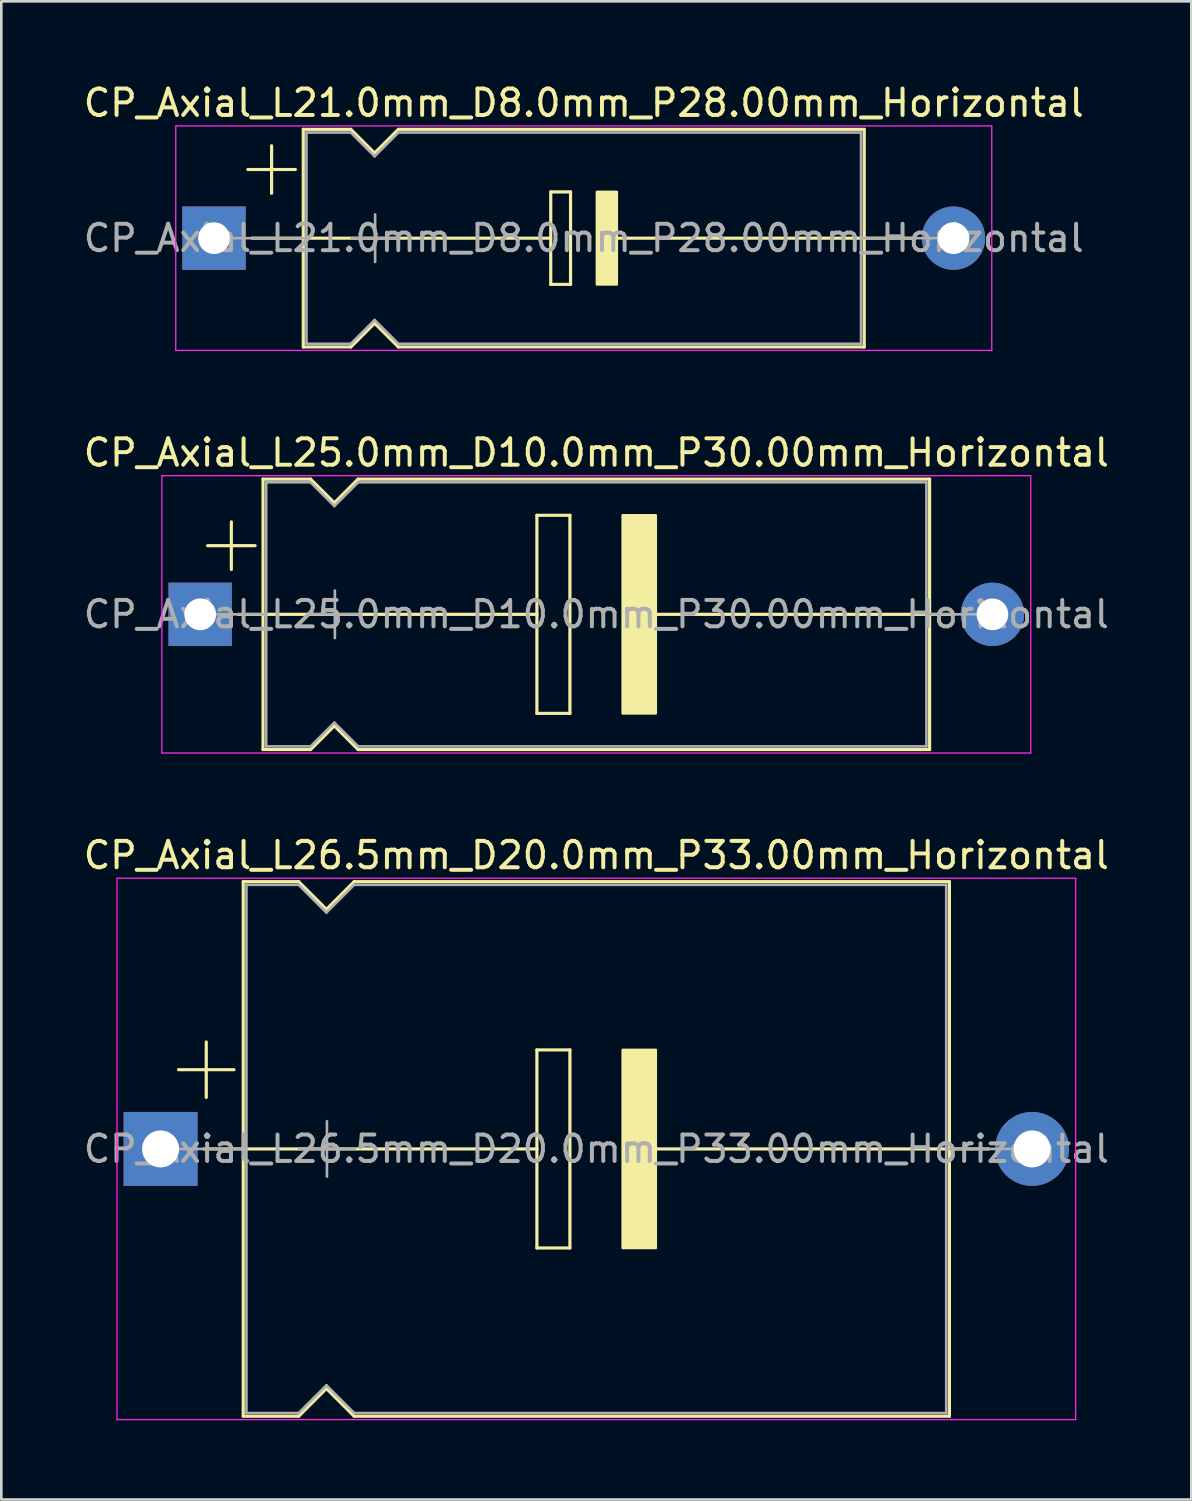
<source format=kicad_pcb>
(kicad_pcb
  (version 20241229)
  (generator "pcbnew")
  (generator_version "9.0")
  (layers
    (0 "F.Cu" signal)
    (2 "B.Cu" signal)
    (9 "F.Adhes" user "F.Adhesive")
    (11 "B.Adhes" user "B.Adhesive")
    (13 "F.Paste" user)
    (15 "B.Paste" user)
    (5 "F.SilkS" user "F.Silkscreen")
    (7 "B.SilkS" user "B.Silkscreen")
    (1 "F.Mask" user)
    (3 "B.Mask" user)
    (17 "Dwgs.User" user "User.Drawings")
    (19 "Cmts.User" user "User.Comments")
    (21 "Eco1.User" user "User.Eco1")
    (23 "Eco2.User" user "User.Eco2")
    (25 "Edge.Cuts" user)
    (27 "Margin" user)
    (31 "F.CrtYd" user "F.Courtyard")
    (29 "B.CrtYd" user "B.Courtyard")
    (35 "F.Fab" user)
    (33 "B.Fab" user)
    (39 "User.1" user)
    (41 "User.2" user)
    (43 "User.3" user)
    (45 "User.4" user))
  (footprint "CP_Axial_L21.0mm_D8.0mm_P28.00mm_Horizontal"
    (layer "F.Cu")
    (at 5.054 5.968)
    (property "Reference" "CP_Axial_L21.0mm_D8.0mm_P28.00mm_Horizontal" (at 14 -5.12 0) (layer "F.SilkS") (effects (font (size 1 1) (thickness 0.15))))
    (attr through_hole)
    (fp_line (start 1.28 -2.6) (end 3.08 -2.6) (stroke (width 0.12) (type solid)) (layer "F.SilkS"))
    (fp_line (start 1.44 0) (end 3.38 0) (stroke (width 0.12) (type solid)) (layer "F.SilkS"))
    (fp_line (start 2.18 -3.5) (end 2.18 -1.7) (stroke (width 0.12) (type solid)) (layer "F.SilkS"))
    (fp_line (start 3.365 0) (end 12.75 0) (stroke (width 0.12) (type solid)) (layer "F.SilkS"))
    (fp_line (start 3.38 -4.12) (end 3.38 4.12) (stroke (width 0.12) (type solid)) (layer "F.SilkS"))
    (fp_line (start 3.38 -4.12) (end 5.18 -4.12) (stroke (width 0.12) (type solid)) (layer "F.SilkS"))
    (fp_line (start 3.38 4.12) (end 5.18 4.12) (stroke (width 0.12) (type solid)) (layer "F.SilkS"))
    (fp_line (start 5.18 -4.12) (end 6.08 -3.22) (stroke (width 0.12) (type solid)) (layer "F.SilkS"))
    (fp_line (start 5.18 4.12) (end 6.08 3.22) (stroke (width 0.12) (type solid)) (layer "F.SilkS"))
    (fp_line (start 6.08 -3.22) (end 6.98 -4.12) (stroke (width 0.12) (type solid)) (layer "F.SilkS"))
    (fp_line (start 6.08 3.22) (end 6.98 4.12) (stroke (width 0.12) (type solid)) (layer "F.SilkS"))
    (fp_line (start 6.98 -4.12) (end 24.62 -4.12) (stroke (width 0.12) (type solid)) (layer "F.SilkS"))
    (fp_line (start 6.98 4.12) (end 24.62 4.12) (stroke (width 0.12) (type solid)) (layer "F.SilkS"))
    (fp_line (start 12.75 -1.75) (end 12.75 1.75) (stroke (width 0.12) (type solid)) (layer "F.SilkS"))
    (fp_line (start 12.75 -1.75) (end 13.5 -1.75) (stroke (width 0.12) (type solid)) (layer "F.SilkS"))
    (fp_line (start 13.5 -1.75) (end 13.5 1.75) (stroke (width 0.12) (type solid)) (layer "F.SilkS"))
    (fp_line (start 13.5 1.75) (end 12.75 1.75) (stroke (width 0.12) (type solid)) (layer "F.SilkS"))
    (fp_line (start 15.25 0) (end 24.638 0) (stroke (width 0.12) (type solid)) (layer "F.SilkS"))
    (fp_line (start 24.62 -4.12) (end 24.62 4.12) (stroke (width 0.12) (type solid)) (layer "F.SilkS"))
    (fp_line (start 26.56 0) (end 24.62 0) (stroke (width 0.12) (type solid)) (layer "F.SilkS"))
    (fp_poly (pts (xy 15.25 1.75) (xy 14.5 1.75) (xy 14.5 -1.75) (xy 15.25 -1.75)) (stroke (width 0.1) (type solid)) (fill yes) (layer "F.SilkS"))
    (fp_line (start -1.45 -4.25) (end -1.45 4.25) (stroke (width 0.05) (type solid)) (layer "F.CrtYd"))
    (fp_line (start -1.45 4.25) (end 29.45 4.25) (stroke (width 0.05) (type solid)) (layer "F.CrtYd"))
    (fp_line (start 29.45 -4.25) (end -1.45 -4.25) (stroke (width 0.05) (type solid)) (layer "F.CrtYd"))
    (fp_line (start 29.45 4.25) (end 29.45 -4.25) (stroke (width 0.05) (type solid)) (layer "F.CrtYd"))
    (fp_line (start 0 0) (end 3.5 0) (stroke (width 0.1) (type solid)) (layer "F.Fab"))
    (fp_line (start 3.5 -4) (end 3.5 4) (stroke (width 0.1) (type solid)) (layer "F.Fab"))
    (fp_line (start 3.5 -4) (end 5.18 -4) (stroke (width 0.1) (type solid)) (layer "F.Fab"))
    (fp_line (start 3.5 4) (end 5.18 4) (stroke (width 0.1) (type solid)) (layer "F.Fab"))
    (fp_line (start 5.18 -4) (end 6.08 -3.1) (stroke (width 0.1) (type solid)) (layer "F.Fab"))
    (fp_line (start 5.18 4) (end 6.08 3.1) (stroke (width 0.1) (type solid)) (layer "F.Fab"))
    (fp_line (start 5.2 0) (end 7 0) (stroke (width 0.1) (type solid)) (layer "F.Fab"))
    (fp_line (start 6.08 -3.1) (end 6.98 -4) (stroke (width 0.1) (type solid)) (layer "F.Fab"))
    (fp_line (start 6.08 3.1) (end 6.98 4) (stroke (width 0.1) (type solid)) (layer "F.Fab"))
    (fp_line (start 6.1 -0.9) (end 6.1 0.9) (stroke (width 0.1) (type solid)) (layer "F.Fab"))
    (fp_line (start 6.98 -4) (end 24.5 -4) (stroke (width 0.1) (type solid)) (layer "F.Fab"))
    (fp_line (start 6.98 4) (end 24.5 4) (stroke (width 0.1) (type solid)) (layer "F.Fab"))
    (fp_line (start 24.5 -4) (end 24.5 4) (stroke (width 0.1) (type solid)) (layer "F.Fab"))
    (fp_line (start 28 0) (end 24.5 0) (stroke (width 0.1) (type solid)) (layer "F.Fab"))
    (fp_text user "${REFERENCE}" (at 14 0 0) (layer "F.Fab") (effects (font (size 1 1) (thickness 0.15))))
    (pad "1" thru_hole rect (at 0 0) (size 2.4 2.4) (drill 1.2) (layers "*.Cu" "*.Mask"))
    (pad "2" thru_hole oval (at 28 0) (size 2.4 2.4) (drill 1.2) (layers "*.Cu" "*.Mask")))
  (footprint "CP_Axial_L26.5mm_D20.0mm_P33.00mm_Horizontal"
    (layer "F.Cu")
    (at 3.03 40.455)
    (property "Reference" "CP_Axial_L26.5mm_D20.0mm_P33.00mm_Horizontal" (at 16.5 -11.12 0) (layer "F.SilkS") (effects (font (size 1 1) (thickness 0.15))))
    (attr through_hole)
    (fp_line (start 0.68 -3) (end 2.78 -3) (stroke (width 0.12) (type solid)) (layer "F.SilkS"))
    (fp_line (start 1.64 0) (end 3.13 0) (stroke (width 0.12) (type solid)) (layer "F.SilkS"))
    (fp_line (start 1.73 -4.05) (end 1.73 -1.95) (stroke (width 0.12) (type solid)) (layer "F.SilkS"))
    (fp_line (start 3.13 -10.12) (end 3.13 10.12) (stroke (width 0.12) (type solid)) (layer "F.SilkS"))
    (fp_line (start 3.13 -10.12) (end 5.23 -10.12) (stroke (width 0.12) (type solid)) (layer "F.SilkS"))
    (fp_line (start 3.13 0) (end 14.25 0) (stroke (width 0.12) (type solid)) (layer "F.SilkS"))
    (fp_line (start 3.13 10.12) (end 5.23 10.12) (stroke (width 0.12) (type solid)) (layer "F.SilkS"))
    (fp_line (start 5.23 -10.12) (end 6.28 -9.07) (stroke (width 0.12) (type solid)) (layer "F.SilkS"))
    (fp_line (start 5.23 10.12) (end 6.28 9.07) (stroke (width 0.12) (type solid)) (layer "F.SilkS"))
    (fp_line (start 6.28 -9.07) (end 7.33 -10.12) (stroke (width 0.12) (type solid)) (layer "F.SilkS"))
    (fp_line (start 6.28 9.07) (end 7.33 10.12) (stroke (width 0.12) (type solid)) (layer "F.SilkS"))
    (fp_line (start 7.33 -10.12) (end 29.87 -10.12) (stroke (width 0.12) (type solid)) (layer "F.SilkS"))
    (fp_line (start 7.33 10.12) (end 29.87 10.12) (stroke (width 0.12) (type solid)) (layer "F.SilkS"))
    (fp_line (start 14.25 -3.75) (end 15.5 -3.75) (stroke (width 0.12) (type solid)) (layer "F.SilkS"))
    (fp_line (start 14.25 0) (end 14.25 -3.75) (stroke (width 0.12) (type solid)) (layer "F.SilkS"))
    (fp_line (start 14.25 3.75) (end 14.25 0) (stroke (width 0.12) (type solid)) (layer "F.SilkS"))
    (fp_line (start 15.5 -3.75) (end 15.5 3.75) (stroke (width 0.12) (type solid)) (layer "F.SilkS"))
    (fp_line (start 15.5 3.75) (end 14.25 3.75) (stroke (width 0.12) (type solid)) (layer "F.SilkS"))
    (fp_line (start 18.75 0) (end 29.87 0) (stroke (width 0.12) (type solid)) (layer "F.SilkS"))
    (fp_line (start 29.87 -10.12) (end 29.87 10.12) (stroke (width 0.12) (type solid)) (layer "F.SilkS"))
    (fp_line (start 31.36 0) (end 29.87 0) (stroke (width 0.12) (type solid)) (layer "F.SilkS"))
    (fp_poly (pts (xy 18.75 3.75) (xy 17.5 3.75) (xy 17.5 -3.75) (xy 18.75 -3.75)) (stroke (width 0.1) (type solid)) (fill yes) (layer "F.SilkS"))
    (fp_line (start -1.65 -10.25) (end -1.65 10.25) (stroke (width 0.05) (type solid)) (layer "F.CrtYd"))
    (fp_line (start -1.65 10.25) (end 34.65 10.25) (stroke (width 0.05) (type solid)) (layer "F.CrtYd"))
    (fp_line (start 34.65 -10.25) (end -1.65 -10.25) (stroke (width 0.05) (type solid)) (layer "F.CrtYd"))
    (fp_line (start 34.65 10.25) (end 34.65 -10.25) (stroke (width 0.05) (type solid)) (layer "F.CrtYd"))
    (fp_line (start 0 0) (end 3.25 0) (stroke (width 0.1) (type solid)) (layer "F.Fab"))
    (fp_line (start 3.25 -10) (end 3.25 10) (stroke (width 0.1) (type solid)) (layer "F.Fab"))
    (fp_line (start 3.25 -10) (end 5.23 -10) (stroke (width 0.1) (type solid)) (layer "F.Fab"))
    (fp_line (start 3.25 10) (end 5.23 10) (stroke (width 0.1) (type solid)) (layer "F.Fab"))
    (fp_line (start 5.23 -10) (end 6.28 -8.95) (stroke (width 0.1) (type solid)) (layer "F.Fab"))
    (fp_line (start 5.23 10) (end 6.28 8.95) (stroke (width 0.1) (type solid)) (layer "F.Fab"))
    (fp_line (start 5.25 0) (end 7.35 0) (stroke (width 0.1) (type solid)) (layer "F.Fab"))
    (fp_line (start 6.28 -8.95) (end 7.33 -10) (stroke (width 0.1) (type solid)) (layer "F.Fab"))
    (fp_line (start 6.28 8.95) (end 7.33 10) (stroke (width 0.1) (type solid)) (layer "F.Fab"))
    (fp_line (start 6.3 -1.05) (end 6.3 1.05) (stroke (width 0.1) (type solid)) (layer "F.Fab"))
    (fp_line (start 7.33 -10) (end 29.75 -10) (stroke (width 0.1) (type solid)) (layer "F.Fab"))
    (fp_line (start 7.33 10) (end 29.75 10) (stroke (width 0.1) (type solid)) (layer "F.Fab"))
    (fp_line (start 29.75 -10) (end 29.75 10) (stroke (width 0.1) (type solid)) (layer "F.Fab"))
    (fp_line (start 33 0) (end 29.75 0) (stroke (width 0.1) (type solid)) (layer "F.Fab"))
    (fp_text user "${REFERENCE}" (at 16.5 0 0) (layer "F.Fab") (effects (font (size 1 1) (thickness 0.15))))
    (pad "1" thru_hole rect (at 0 0) (size 2.8 2.8) (drill 1.4) (layers "*.Cu" "*.Mask"))
    (pad "2" thru_hole oval (at 33 0) (size 2.8 2.8) (drill 1.4) (layers "*.Cu" "*.Mask")))
  (footprint "CP_Axial_L25.0mm_D10.0mm_P30.00mm_Horizontal"
    (layer "F.Cu")
    (at 4.53 20.212)
    (property "Reference" "CP_Axial_L25.0mm_D10.0mm_P30.00mm_Horizontal" (at 15 -6.12 0) (layer "F.SilkS") (effects (font (size 1 1) (thickness 0.15))))
    (attr through_hole)
    (fp_line (start 0.28 -2.6) (end 2.08 -2.6) (stroke (width 0.12) (type solid)) (layer "F.SilkS"))
    (fp_line (start 1.18 -3.5) (end 1.18 -1.7) (stroke (width 0.12) (type solid)) (layer "F.SilkS"))
    (fp_line (start 1.44 0) (end 2.38 0) (stroke (width 0.12) (type solid)) (layer "F.SilkS"))
    (fp_line (start 2.38 -5.12) (end 2.38 5.12) (stroke (width 0.12) (type solid)) (layer "F.SilkS"))
    (fp_line (start 2.38 -5.12) (end 4.18 -5.12) (stroke (width 0.12) (type solid)) (layer "F.SilkS"))
    (fp_line (start 2.38 0) (end 12.75 0) (stroke (width 0.12) (type solid)) (layer "F.SilkS"))
    (fp_line (start 2.38 5.12) (end 4.18 5.12) (stroke (width 0.12) (type solid)) (layer "F.SilkS"))
    (fp_line (start 4.18 -5.12) (end 5.08 -4.22) (stroke (width 0.12) (type solid)) (layer "F.SilkS"))
    (fp_line (start 4.18 5.12) (end 5.08 4.22) (stroke (width 0.12) (type solid)) (layer "F.SilkS"))
    (fp_line (start 5.08 -4.22) (end 5.98 -5.12) (stroke (width 0.12) (type solid)) (layer "F.SilkS"))
    (fp_line (start 5.08 4.22) (end 5.98 5.12) (stroke (width 0.12) (type solid)) (layer "F.SilkS"))
    (fp_line (start 5.98 -5.12) (end 27.62 -5.12) (stroke (width 0.12) (type solid)) (layer "F.SilkS"))
    (fp_line (start 5.98 5.12) (end 27.62 5.12) (stroke (width 0.12) (type solid)) (layer "F.SilkS"))
    (fp_line (start 12.75 -3.75) (end 14 -3.75) (stroke (width 0.12) (type solid)) (layer "F.SilkS"))
    (fp_line (start 12.75 0) (end 12.75 -3.75) (stroke (width 0.12) (type solid)) (layer "F.SilkS"))
    (fp_line (start 12.75 3.75) (end 12.75 0) (stroke (width 0.12) (type solid)) (layer "F.SilkS"))
    (fp_line (start 14 -3.75) (end 14 3.75) (stroke (width 0.12) (type solid)) (layer "F.SilkS"))
    (fp_line (start 14 3.75) (end 12.75 3.75) (stroke (width 0.12) (type solid)) (layer "F.SilkS"))
    (fp_line (start 17.25 0) (end 27.62 0) (stroke (width 0.12) (type solid)) (layer "F.SilkS"))
    (fp_line (start 27.62 -5.12) (end 27.62 5.12) (stroke (width 0.12) (type solid)) (layer "F.SilkS"))
    (fp_line (start 28.56 0) (end 27.62 0) (stroke (width 0.12) (type solid)) (layer "F.SilkS"))
    (fp_poly (pts (xy 17.25 3.75) (xy 16 3.75) (xy 16 -3.75) (xy 17.25 -3.75)) (stroke (width 0.1) (type solid)) (fill yes) (layer "F.SilkS"))
    (fp_line (start -1.45 -5.25) (end -1.45 5.25) (stroke (width 0.05) (type solid)) (layer "F.CrtYd"))
    (fp_line (start -1.45 5.25) (end 31.45 5.25) (stroke (width 0.05) (type solid)) (layer "F.CrtYd"))
    (fp_line (start 31.45 -5.25) (end -1.45 -5.25) (stroke (width 0.05) (type solid)) (layer "F.CrtYd"))
    (fp_line (start 31.45 5.25) (end 31.45 -5.25) (stroke (width 0.05) (type solid)) (layer "F.CrtYd"))
    (fp_line (start 0 0) (end 2.5 0) (stroke (width 0.1) (type solid)) (layer "F.Fab"))
    (fp_line (start 2.5 -5) (end 2.5 5) (stroke (width 0.1) (type solid)) (layer "F.Fab"))
    (fp_line (start 2.5 -5) (end 4.18 -5) (stroke (width 0.1) (type solid)) (layer "F.Fab"))
    (fp_line (start 2.5 5) (end 4.18 5) (stroke (width 0.1) (type solid)) (layer "F.Fab"))
    (fp_line (start 4.18 -5) (end 5.08 -4.1) (stroke (width 0.1) (type solid)) (layer "F.Fab"))
    (fp_line (start 4.18 5) (end 5.08 4.1) (stroke (width 0.1) (type solid)) (layer "F.Fab"))
    (fp_line (start 4.2 0) (end 6 0) (stroke (width 0.1) (type solid)) (layer "F.Fab"))
    (fp_line (start 5.08 -4.1) (end 5.98 -5) (stroke (width 0.1) (type solid)) (layer "F.Fab"))
    (fp_line (start 5.08 4.1) (end 5.98 5) (stroke (width 0.1) (type solid)) (layer "F.Fab"))
    (fp_line (start 5.1 -0.9) (end 5.1 0.9) (stroke (width 0.1) (type solid)) (layer "F.Fab"))
    (fp_line (start 5.98 -5) (end 27.5 -5) (stroke (width 0.1) (type solid)) (layer "F.Fab"))
    (fp_line (start 5.98 5) (end 27.5 5) (stroke (width 0.1) (type solid)) (layer "F.Fab"))
    (fp_line (start 27.5 -5) (end 27.5 5) (stroke (width 0.1) (type solid)) (layer "F.Fab"))
    (fp_line (start 30 0) (end 27.5 0) (stroke (width 0.1) (type solid)) (layer "F.Fab"))
    (fp_text user "${REFERENCE}" (at 15 0 0) (layer "F.Fab") (effects (font (size 1 1) (thickness 0.15))))
    (pad "1" thru_hole rect (at 0 0) (size 2.4 2.4) (drill 1.2) (layers "*.Cu" "*.Mask"))
    (pad "2" thru_hole oval (at 30 0) (size 2.4 2.4) (drill 1.2) (layers "*.Cu" "*.Mask")))
  (gr_rect
    (start -3 -3)
    (end 42.06 53.73)
    (stroke (width 0.1) (type default))
    (fill no)
    (layer "Edge.Cuts")))
</source>
